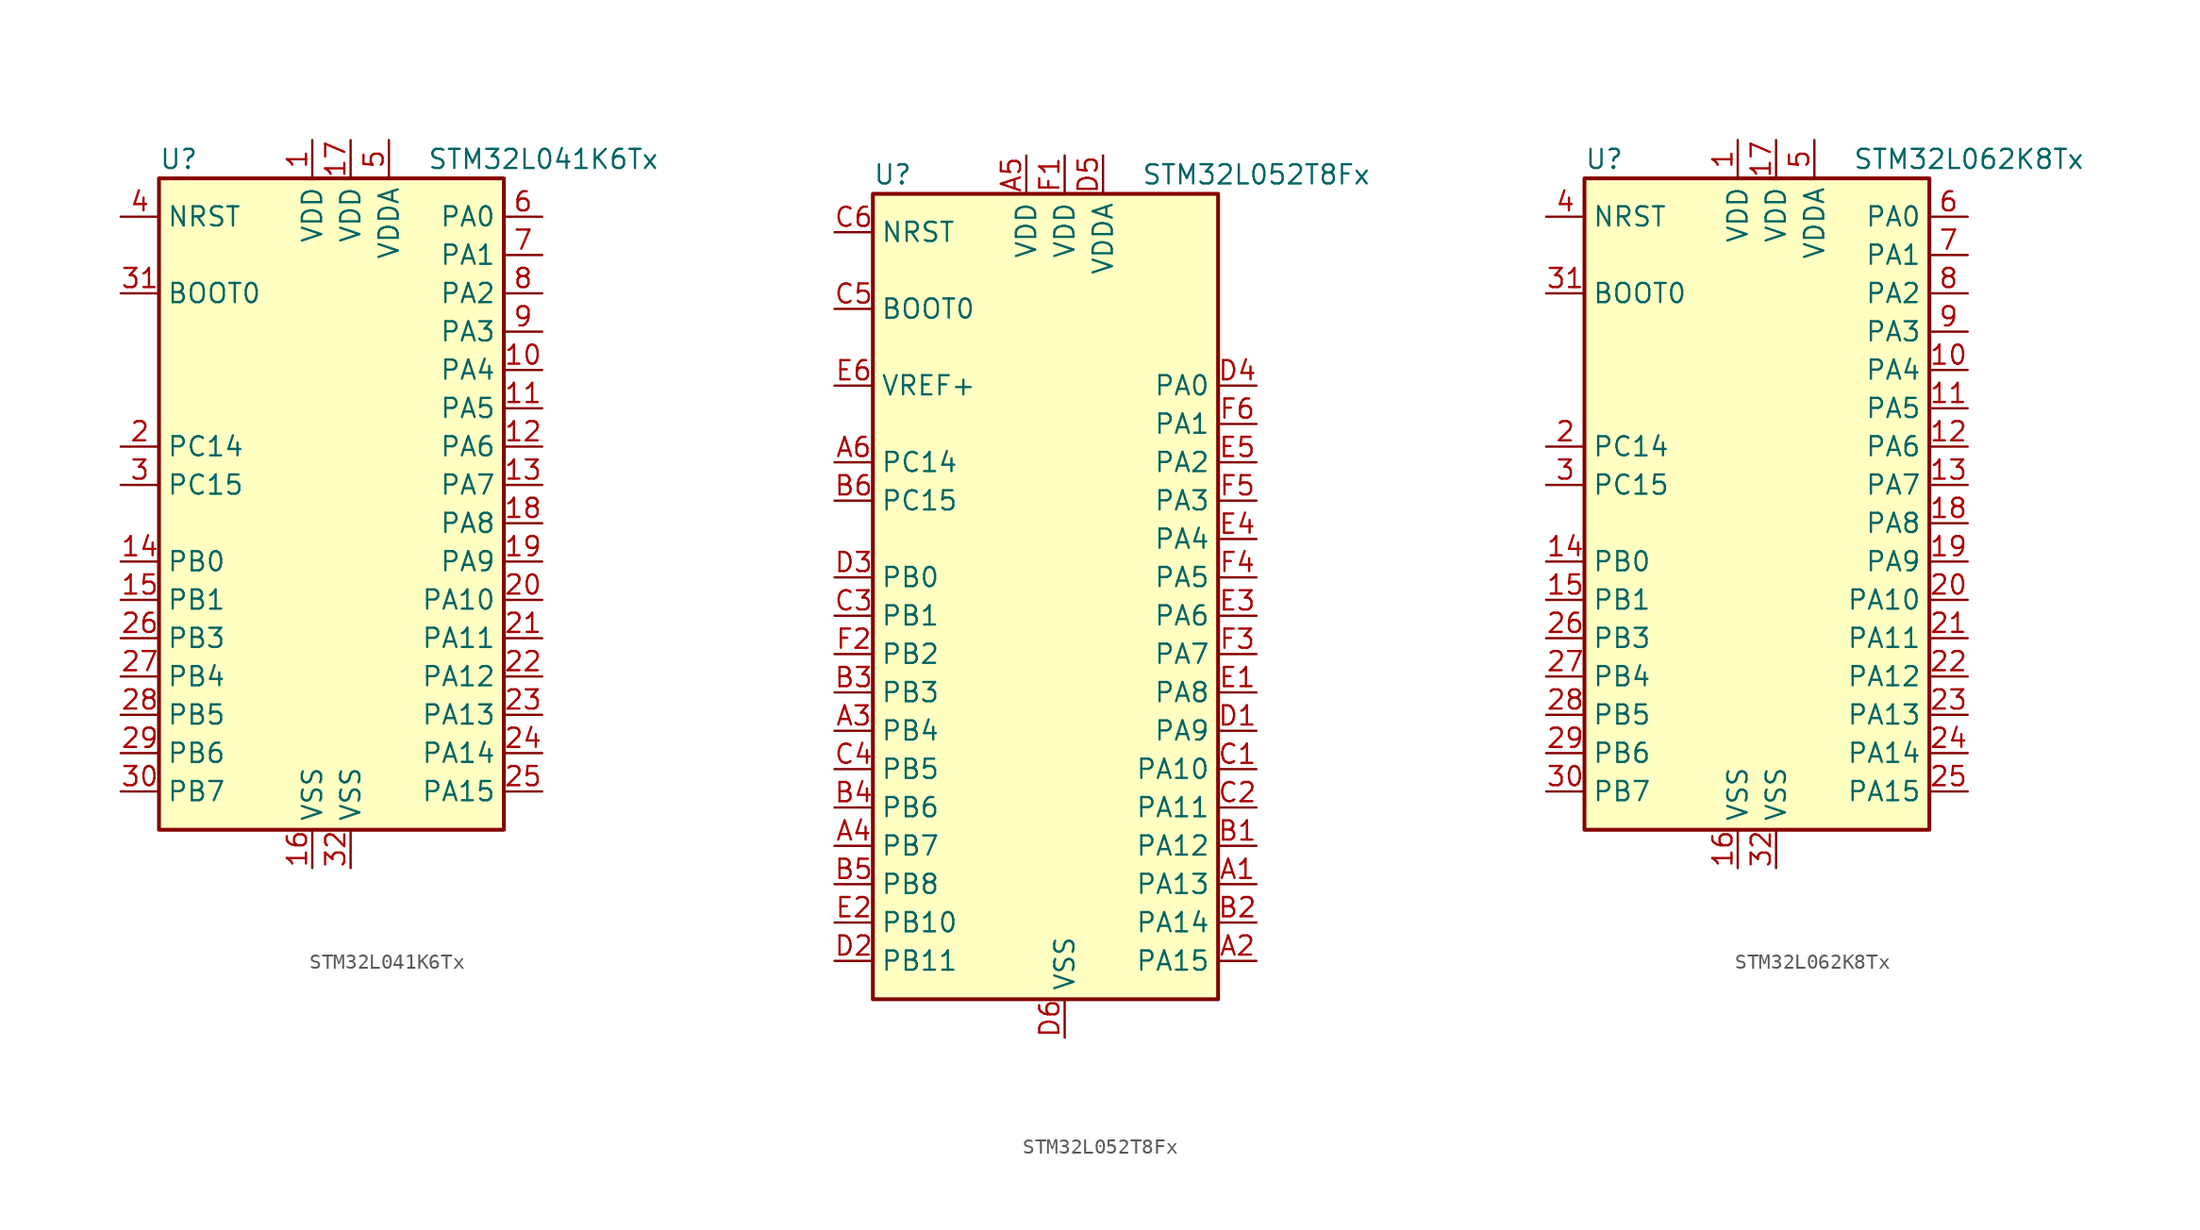
<source format=kicad_sym>
(kicad_symbol_lib
  (version 20211014)
  (generator kicad_symbol_editor)
  (symbol "STM32L041K6Tx"
    (property "Reference" "U"
      (at -12.7 21.59 0)
      (effects (font (size 1.27 1.27)) (justify left)))
    (property "Value" "STM32L041K6Tx"
      (at 5.08 21.59 0)
      (effects (font (size 1.27 1.27)) (justify left)))
    (symbol "STM32L041K6Tx_0_1"
      (rectangle (start -12.7 -22.86) (end 10.16 20.32) (stroke (width 0.254) (type default) (color 0 0 0 0)) (fill (type background))))
    (symbol "STM32L041K6Tx_1_1"
      (pin power_in line (at -2.54 22.86 270) (length 2.54) (name "VDD" (effects (font (size 1.27 1.27)))) (number "1" (effects (font (size 1.27 1.27)))))
      (pin bidirectional line (at 12.7 7.62 180) (length 2.54) (name "PA4" (effects (font (size 1.27 1.27)))) (number "10" (effects (font (size 1.27 1.27)))))
      (pin bidirectional line (at 12.7 5.08 180) (length 2.54) (name "PA5" (effects (font (size 1.27 1.27)))) (number "11" (effects (font (size 1.27 1.27)))))
      (pin bidirectional line (at 12.7 2.54 180) (length 2.54) (name "PA6" (effects (font (size 1.27 1.27)))) (number "12" (effects (font (size 1.27 1.27)))))
      (pin bidirectional line (at 12.7 0 180) (length 2.54) (name "PA7" (effects (font (size 1.27 1.27)))) (number "13" (effects (font (size 1.27 1.27)))))
      (pin bidirectional line (at -15.24 -5.08 0) (length 2.54) (name "PB0" (effects (font (size 1.27 1.27)))) (number "14" (effects (font (size 1.27 1.27)))))
      (pin bidirectional line (at -15.24 -7.62 0) (length 2.54) (name "PB1" (effects (font (size 1.27 1.27)))) (number "15" (effects (font (size 1.27 1.27)))))
      (pin power_in line (at -2.54 -25.4 90) (length 2.54) (name "VSS" (effects (font (size 1.27 1.27)))) (number "16" (effects (font (size 1.27 1.27)))))
      (pin power_in line (at 0 22.86 270) (length 2.54) (name "VDD" (effects (font (size 1.27 1.27)))) (number "17" (effects (font (size 1.27 1.27)))))
      (pin bidirectional line (at 12.7 -2.54 180) (length 2.54) (name "PA8" (effects (font (size 1.27 1.27)))) (number "18" (effects (font (size 1.27 1.27)))))
      (pin bidirectional line (at 12.7 -5.08 180) (length 2.54) (name "PA9" (effects (font (size 1.27 1.27)))) (number "19" (effects (font (size 1.27 1.27)))))
      (pin bidirectional line (at -15.24 2.54 0) (length 2.54) (name "PC14" (effects (font (size 1.27 1.27)))) (number "2" (effects (font (size 1.27 1.27)))))
      (pin bidirectional line (at 12.7 -7.62 180) (length 2.54) (name "PA10" (effects (font (size 1.27 1.27)))) (number "20" (effects (font (size 1.27 1.27)))))
      (pin bidirectional line (at 12.7 -10.16 180) (length 2.54) (name "PA11" (effects (font (size 1.27 1.27)))) (number "21" (effects (font (size 1.27 1.27)))))
      (pin bidirectional line (at 12.7 -12.7 180) (length 2.54) (name "PA12" (effects (font (size 1.27 1.27)))) (number "22" (effects (font (size 1.27 1.27)))))
      (pin bidirectional line (at 12.7 -15.24 180) (length 2.54) (name "PA13" (effects (font (size 1.27 1.27)))) (number "23" (effects (font (size 1.27 1.27)))))
      (pin bidirectional line (at 12.7 -17.78 180) (length 2.54) (name "PA14" (effects (font (size 1.27 1.27)))) (number "24" (effects (font (size 1.27 1.27)))))
      (pin bidirectional line (at 12.7 -20.32 180) (length 2.54) (name "PA15" (effects (font (size 1.27 1.27)))) (number "25" (effects (font (size 1.27 1.27)))))
      (pin bidirectional line (at -15.24 -10.16 0) (length 2.54) (name "PB3" (effects (font (size 1.27 1.27)))) (number "26" (effects (font (size 1.27 1.27)))))
      (pin bidirectional line (at -15.24 -12.7 0) (length 2.54) (name "PB4" (effects (font (size 1.27 1.27)))) (number "27" (effects (font (size 1.27 1.27)))))
      (pin bidirectional line (at -15.24 -15.24 0) (length 2.54) (name "PB5" (effects (font (size 1.27 1.27)))) (number "28" (effects (font (size 1.27 1.27)))))
      (pin bidirectional line (at -15.24 -17.78 0) (length 2.54) (name "PB6" (effects (font (size 1.27 1.27)))) (number "29" (effects (font (size 1.27 1.27)))))
      (pin bidirectional line (at -15.24 0 0) (length 2.54) (name "PC15" (effects (font (size 1.27 1.27)))) (number "3" (effects (font (size 1.27 1.27)))))
      (pin bidirectional line (at -15.24 -20.32 0) (length 2.54) (name "PB7" (effects (font (size 1.27 1.27)))) (number "30" (effects (font (size 1.27 1.27)))))
      (pin input line (at -15.24 12.7 0) (length 2.54) (name "BOOT0" (effects (font (size 1.27 1.27)))) (number "31" (effects (font (size 1.27 1.27)))))
      (pin power_in line (at 0 -25.4 90) (length 2.54) (name "VSS" (effects (font (size 1.27 1.27)))) (number "32" (effects (font (size 1.27 1.27)))))
      (pin input line (at -15.24 17.78 0) (length 2.54) (name "NRST" (effects (font (size 1.27 1.27)))) (number "4" (effects (font (size 1.27 1.27)))))
      (pin power_in line (at 2.54 22.86 270) (length 2.54) (name "VDDA" (effects (font (size 1.27 1.27)))) (number "5" (effects (font (size 1.27 1.27)))))
      (pin bidirectional line (at 12.7 17.78 180) (length 2.54) (name "PA0" (effects (font (size 1.27 1.27)))) (number "6" (effects (font (size 1.27 1.27)))))
      (pin bidirectional line (at 12.7 15.24 180) (length 2.54) (name "PA1" (effects (font (size 1.27 1.27)))) (number "7" (effects (font (size 1.27 1.27)))))
      (pin bidirectional line (at 12.7 12.7 180) (length 2.54) (name "PA2" (effects (font (size 1.27 1.27)))) (number "8" (effects (font (size 1.27 1.27)))))
      (pin bidirectional line (at 12.7 10.16 180) (length 2.54) (name "PA3" (effects (font (size 1.27 1.27)))) (number "9" (effects (font (size 1.27 1.27)))))))
  (symbol "STM32L052T8Fx"
    (property "Reference" "U"
      (at -12.7 26.67 0)
      (effects (font (size 1.27 1.27)) (justify left)))
    (property "Value" "STM32L052T8Fx"
      (at 5.08 26.67 0)
      (effects (font (size 1.27 1.27)) (justify left)))
    (symbol "STM32L052T8Fx_0_1"
      (rectangle (start -12.7 -27.94) (end 10.16 25.4) (stroke (width 0.254) (type default) (color 0 0 0 0)) (fill (type background))))
    (symbol "STM32L052T8Fx_1_1"
      (pin bidirectional line (at 12.7 -20.32 180) (length 2.54) (name "PA13" (effects (font (size 1.27 1.27)))) (number "A1" (effects (font (size 1.27 1.27)))))
      (pin bidirectional line (at 12.7 -25.4 180) (length 2.54) (name "PA15" (effects (font (size 1.27 1.27)))) (number "A2" (effects (font (size 1.27 1.27)))))
      (pin bidirectional line (at -15.24 -10.16 0) (length 2.54) (name "PB4" (effects (font (size 1.27 1.27)))) (number "A3" (effects (font (size 1.27 1.27)))))
      (pin bidirectional line (at -15.24 -17.78 0) (length 2.54) (name "PB7" (effects (font (size 1.27 1.27)))) (number "A4" (effects (font (size 1.27 1.27)))))
      (pin power_in line (at -2.54 27.94 270) (length 2.54) (name "VDD" (effects (font (size 1.27 1.27)))) (number "A5" (effects (font (size 1.27 1.27)))))
      (pin bidirectional line (at -15.24 7.62 0) (length 2.54) (name "PC14" (effects (font (size 1.27 1.27)))) (number "A6" (effects (font (size 1.27 1.27)))))
      (pin bidirectional line (at 12.7 -17.78 180) (length 2.54) (name "PA12" (effects (font (size 1.27 1.27)))) (number "B1" (effects (font (size 1.27 1.27)))))
      (pin bidirectional line (at 12.7 -22.86 180) (length 2.54) (name "PA14" (effects (font (size 1.27 1.27)))) (number "B2" (effects (font (size 1.27 1.27)))))
      (pin bidirectional line (at -15.24 -7.62 0) (length 2.54) (name "PB3" (effects (font (size 1.27 1.27)))) (number "B3" (effects (font (size 1.27 1.27)))))
      (pin bidirectional line (at -15.24 -15.24 0) (length 2.54) (name "PB6" (effects (font (size 1.27 1.27)))) (number "B4" (effects (font (size 1.27 1.27)))))
      (pin bidirectional line (at -15.24 -20.32 0) (length 2.54) (name "PB8" (effects (font (size 1.27 1.27)))) (number "B5" (effects (font (size 1.27 1.27)))))
      (pin bidirectional line (at -15.24 5.08 0) (length 2.54) (name "PC15" (effects (font (size 1.27 1.27)))) (number "B6" (effects (font (size 1.27 1.27)))))
      (pin bidirectional line (at 12.7 -12.7 180) (length 2.54) (name "PA10" (effects (font (size 1.27 1.27)))) (number "C1" (effects (font (size 1.27 1.27)))))
      (pin bidirectional line (at 12.7 -15.24 180) (length 2.54) (name "PA11" (effects (font (size 1.27 1.27)))) (number "C2" (effects (font (size 1.27 1.27)))))
      (pin bidirectional line (at -15.24 -2.54 0) (length 2.54) (name "PB1" (effects (font (size 1.27 1.27)))) (number "C3" (effects (font (size 1.27 1.27)))))
      (pin bidirectional line (at -15.24 -12.7 0) (length 2.54) (name "PB5" (effects (font (size 1.27 1.27)))) (number "C4" (effects (font (size 1.27 1.27)))))
      (pin input line (at -15.24 17.78 0) (length 2.54) (name "BOOT0" (effects (font (size 1.27 1.27)))) (number "C5" (effects (font (size 1.27 1.27)))))
      (pin input line (at -15.24 22.86 0) (length 2.54) (name "NRST" (effects (font (size 1.27 1.27)))) (number "C6" (effects (font (size 1.27 1.27)))))
      (pin bidirectional line (at 12.7 -10.16 180) (length 2.54) (name "PA9" (effects (font (size 1.27 1.27)))) (number "D1" (effects (font (size 1.27 1.27)))))
      (pin bidirectional line (at -15.24 -25.4 0) (length 2.54) (name "PB11" (effects (font (size 1.27 1.27)))) (number "D2" (effects (font (size 1.27 1.27)))))
      (pin bidirectional line (at -15.24 0 0) (length 2.54) (name "PB0" (effects (font (size 1.27 1.27)))) (number "D3" (effects (font (size 1.27 1.27)))))
      (pin bidirectional line (at 12.7 12.7 180) (length 2.54) (name "PA0" (effects (font (size 1.27 1.27)))) (number "D4" (effects (font (size 1.27 1.27)))))
      (pin power_in line (at 2.54 27.94 270) (length 2.54) (name "VDDA" (effects (font (size 1.27 1.27)))) (number "D5" (effects (font (size 1.27 1.27)))))
      (pin power_in line (at 0 -30.48 90) (length 2.54) (name "VSS" (effects (font (size 1.27 1.27)))) (number "D6" (effects (font (size 1.27 1.27)))))
      (pin bidirectional line (at 12.7 -7.62 180) (length 2.54) (name "PA8" (effects (font (size 1.27 1.27)))) (number "E1" (effects (font (size 1.27 1.27)))))
      (pin bidirectional line (at -15.24 -22.86 0) (length 2.54) (name "PB10" (effects (font (size 1.27 1.27)))) (number "E2" (effects (font (size 1.27 1.27)))))
      (pin bidirectional line (at 12.7 -2.54 180) (length 2.54) (name "PA6" (effects (font (size 1.27 1.27)))) (number "E3" (effects (font (size 1.27 1.27)))))
      (pin bidirectional line (at 12.7 2.54 180) (length 2.54) (name "PA4" (effects (font (size 1.27 1.27)))) (number "E4" (effects (font (size 1.27 1.27)))))
      (pin bidirectional line (at 12.7 7.62 180) (length 2.54) (name "PA2" (effects (font (size 1.27 1.27)))) (number "E5" (effects (font (size 1.27 1.27)))))
      (pin power_in line (at -15.24 12.7 0) (length 2.54) (name "VREF+" (effects (font (size 1.27 1.27)))) (number "E6" (effects (font (size 1.27 1.27)))))
      (pin power_in line (at 0 27.94 270) (length 2.54) (name "VDD" (effects (font (size 1.27 1.27)))) (number "F1" (effects (font (size 1.27 1.27)))))
      (pin bidirectional line (at -15.24 -5.08 0) (length 2.54) (name "PB2" (effects (font (size 1.27 1.27)))) (number "F2" (effects (font (size 1.27 1.27)))))
      (pin bidirectional line (at 12.7 -5.08 180) (length 2.54) (name "PA7" (effects (font (size 1.27 1.27)))) (number "F3" (effects (font (size 1.27 1.27)))))
      (pin bidirectional line (at 12.7 0 180) (length 2.54) (name "PA5" (effects (font (size 1.27 1.27)))) (number "F4" (effects (font (size 1.27 1.27)))))
      (pin bidirectional line (at 12.7 5.08 180) (length 2.54) (name "PA3" (effects (font (size 1.27 1.27)))) (number "F5" (effects (font (size 1.27 1.27)))))
      (pin bidirectional line (at 12.7 10.16 180) (length 2.54) (name "PA1" (effects (font (size 1.27 1.27)))) (number "F6" (effects (font (size 1.27 1.27)))))))
  (symbol "STM32L062K8Tx"
    (property "Reference" "U"
      (at -12.7 21.59 0)
      (effects (font (size 1.27 1.27)) (justify left)))
    (property "Value" "STM32L062K8Tx"
      (at 5.08 21.59 0)
      (effects (font (size 1.27 1.27)) (justify left)))
    (symbol "STM32L062K8Tx_0_1"
      (rectangle (start -12.7 -22.86) (end 10.16 20.32) (stroke (width 0.254) (type default) (color 0 0 0 0)) (fill (type background))))
    (symbol "STM32L062K8Tx_1_1"
      (pin power_in line (at -2.54 22.86 270) (length 2.54) (name "VDD" (effects (font (size 1.27 1.27)))) (number "1" (effects (font (size 1.27 1.27)))))
      (pin bidirectional line (at 12.7 7.62 180) (length 2.54) (name "PA4" (effects (font (size 1.27 1.27)))) (number "10" (effects (font (size 1.27 1.27)))))
      (pin bidirectional line (at 12.7 5.08 180) (length 2.54) (name "PA5" (effects (font (size 1.27 1.27)))) (number "11" (effects (font (size 1.27 1.27)))))
      (pin bidirectional line (at 12.7 2.54 180) (length 2.54) (name "PA6" (effects (font (size 1.27 1.27)))) (number "12" (effects (font (size 1.27 1.27)))))
      (pin bidirectional line (at 12.7 0 180) (length 2.54) (name "PA7" (effects (font (size 1.27 1.27)))) (number "13" (effects (font (size 1.27 1.27)))))
      (pin bidirectional line (at -15.24 -5.08 0) (length 2.54) (name "PB0" (effects (font (size 1.27 1.27)))) (number "14" (effects (font (size 1.27 1.27)))))
      (pin bidirectional line (at -15.24 -7.62 0) (length 2.54) (name "PB1" (effects (font (size 1.27 1.27)))) (number "15" (effects (font (size 1.27 1.27)))))
      (pin power_in line (at -2.54 -25.4 90) (length 2.54) (name "VSS" (effects (font (size 1.27 1.27)))) (number "16" (effects (font (size 1.27 1.27)))))
      (pin power_in line (at 0 22.86 270) (length 2.54) (name "VDD" (effects (font (size 1.27 1.27)))) (number "17" (effects (font (size 1.27 1.27)))))
      (pin bidirectional line (at 12.7 -2.54 180) (length 2.54) (name "PA8" (effects (font (size 1.27 1.27)))) (number "18" (effects (font (size 1.27 1.27)))))
      (pin bidirectional line (at 12.7 -5.08 180) (length 2.54) (name "PA9" (effects (font (size 1.27 1.27)))) (number "19" (effects (font (size 1.27 1.27)))))
      (pin bidirectional line (at -15.24 2.54 0) (length 2.54) (name "PC14" (effects (font (size 1.27 1.27)))) (number "2" (effects (font (size 1.27 1.27)))))
      (pin bidirectional line (at 12.7 -7.62 180) (length 2.54) (name "PA10" (effects (font (size 1.27 1.27)))) (number "20" (effects (font (size 1.27 1.27)))))
      (pin bidirectional line (at 12.7 -10.16 180) (length 2.54) (name "PA11" (effects (font (size 1.27 1.27)))) (number "21" (effects (font (size 1.27 1.27)))))
      (pin bidirectional line (at 12.7 -12.7 180) (length 2.54) (name "PA12" (effects (font (size 1.27 1.27)))) (number "22" (effects (font (size 1.27 1.27)))))
      (pin bidirectional line (at 12.7 -15.24 180) (length 2.54) (name "PA13" (effects (font (size 1.27 1.27)))) (number "23" (effects (font (size 1.27 1.27)))))
      (pin bidirectional line (at 12.7 -17.78 180) (length 2.54) (name "PA14" (effects (font (size 1.27 1.27)))) (number "24" (effects (font (size 1.27 1.27)))))
      (pin bidirectional line (at 12.7 -20.32 180) (length 2.54) (name "PA15" (effects (font (size 1.27 1.27)))) (number "25" (effects (font (size 1.27 1.27)))))
      (pin bidirectional line (at -15.24 -10.16 0) (length 2.54) (name "PB3" (effects (font (size 1.27 1.27)))) (number "26" (effects (font (size 1.27 1.27)))))
      (pin bidirectional line (at -15.24 -12.7 0) (length 2.54) (name "PB4" (effects (font (size 1.27 1.27)))) (number "27" (effects (font (size 1.27 1.27)))))
      (pin bidirectional line (at -15.24 -15.24 0) (length 2.54) (name "PB5" (effects (font (size 1.27 1.27)))) (number "28" (effects (font (size 1.27 1.27)))))
      (pin bidirectional line (at -15.24 -17.78 0) (length 2.54) (name "PB6" (effects (font (size 1.27 1.27)))) (number "29" (effects (font (size 1.27 1.27)))))
      (pin bidirectional line (at -15.24 0 0) (length 2.54) (name "PC15" (effects (font (size 1.27 1.27)))) (number "3" (effects (font (size 1.27 1.27)))))
      (pin bidirectional line (at -15.24 -20.32 0) (length 2.54) (name "PB7" (effects (font (size 1.27 1.27)))) (number "30" (effects (font (size 1.27 1.27)))))
      (pin input line (at -15.24 12.7 0) (length 2.54) (name "BOOT0" (effects (font (size 1.27 1.27)))) (number "31" (effects (font (size 1.27 1.27)))))
      (pin power_in line (at 0 -25.4 90) (length 2.54) (name "VSS" (effects (font (size 1.27 1.27)))) (number "32" (effects (font (size 1.27 1.27)))))
      (pin input line (at -15.24 17.78 0) (length 2.54) (name "NRST" (effects (font (size 1.27 1.27)))) (number "4" (effects (font (size 1.27 1.27)))))
      (pin power_in line (at 2.54 22.86 270) (length 2.54) (name "VDDA" (effects (font (size 1.27 1.27)))) (number "5" (effects (font (size 1.27 1.27)))))
      (pin bidirectional line (at 12.7 17.78 180) (length 2.54) (name "PA0" (effects (font (size 1.27 1.27)))) (number "6" (effects (font (size 1.27 1.27)))))
      (pin bidirectional line (at 12.7 15.24 180) (length 2.54) (name "PA1" (effects (font (size 1.27 1.27)))) (number "7" (effects (font (size 1.27 1.27)))))
      (pin bidirectional line (at 12.7 12.7 180) (length 2.54) (name "PA2" (effects (font (size 1.27 1.27)))) (number "8" (effects (font (size 1.27 1.27)))))
      (pin bidirectional line (at 12.7 10.16 180) (length 2.54) (name "PA3" (effects (font (size 1.27 1.27)))) (number "9" (effects (font (size 1.27 1.27))))))))
</source>
